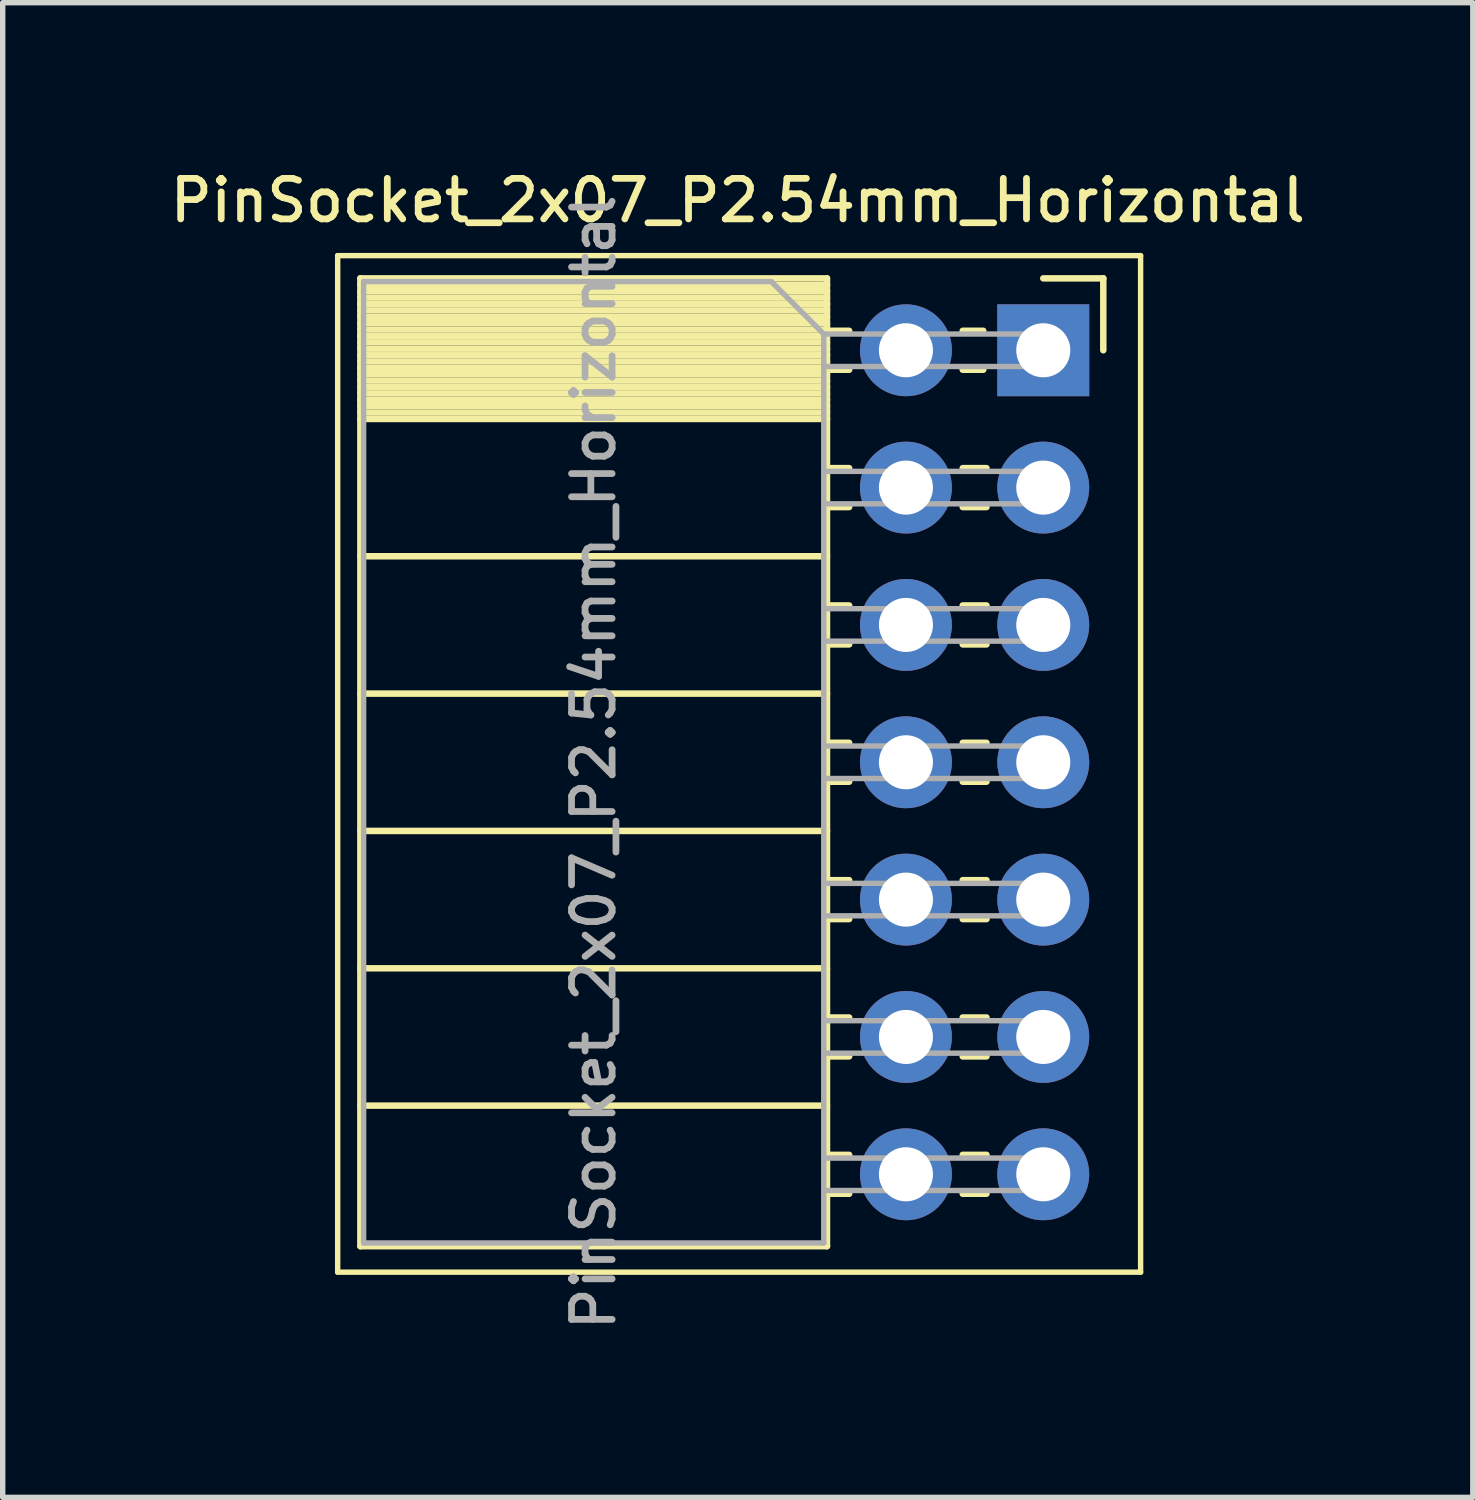
<source format=kicad_pcb>
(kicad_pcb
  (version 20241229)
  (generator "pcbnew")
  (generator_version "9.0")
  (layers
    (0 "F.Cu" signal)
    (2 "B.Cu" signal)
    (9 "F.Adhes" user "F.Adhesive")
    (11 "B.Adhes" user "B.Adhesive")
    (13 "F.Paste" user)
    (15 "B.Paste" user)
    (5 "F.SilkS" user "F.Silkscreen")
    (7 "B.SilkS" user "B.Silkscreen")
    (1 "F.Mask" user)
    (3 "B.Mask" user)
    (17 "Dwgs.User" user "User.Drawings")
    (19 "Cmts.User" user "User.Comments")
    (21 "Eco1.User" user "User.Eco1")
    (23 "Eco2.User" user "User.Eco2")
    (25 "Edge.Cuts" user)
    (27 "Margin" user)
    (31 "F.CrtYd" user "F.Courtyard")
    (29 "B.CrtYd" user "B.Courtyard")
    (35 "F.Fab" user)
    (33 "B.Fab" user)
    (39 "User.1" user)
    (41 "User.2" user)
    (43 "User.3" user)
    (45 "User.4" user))
  (footprint "PinSocket_2x07_P2.54mm_Horizontal"
    (layer "F.Cu")
    (at 16.245 3.428)
    (property "Reference" "PinSocket_2x07_P2.54mm_Horizontal" (at -5.65 -2.77 0) (layer "F.SilkS") (effects (font (size 0.75 0.75) (thickness 0.125))))
    (attr through_hole)
    (fp_line (start -13.05 -1.75) (end -13.05 17.05) (stroke (width 0.1) (type solid)) (layer "F.SilkS"))
    (fp_line (start -13.05 17.05) (end 1.8 17.05) (stroke (width 0.1) (type solid)) (layer "F.SilkS"))
    (fp_line (start -12.63 -1.33) (end -12.63 16.57) (stroke (width 0.12) (type solid)) (layer "F.SilkS"))
    (fp_line (start -12.63 -1.33) (end -4 -1.33) (stroke (width 0.12) (type solid)) (layer "F.SilkS"))
    (fp_line (start -12.63 -1.21) (end -4 -1.21) (stroke (width 0.12) (type solid)) (layer "F.SilkS"))
    (fp_line (start -12.63 -1.092) (end -4 -1.092) (stroke (width 0.12) (type solid)) (layer "F.SilkS"))
    (fp_line (start -12.63 -0.974) (end -4 -0.974) (stroke (width 0.12) (type solid)) (layer "F.SilkS"))
    (fp_line (start -12.63 -0.856) (end -4 -0.856) (stroke (width 0.12) (type solid)) (layer "F.SilkS"))
    (fp_line (start -12.63 -0.738) (end -4 -0.738) (stroke (width 0.12) (type solid)) (layer "F.SilkS"))
    (fp_line (start -12.63 -0.62) (end -4 -0.62) (stroke (width 0.12) (type solid)) (layer "F.SilkS"))
    (fp_line (start -12.63 -0.501) (end -4 -0.501) (stroke (width 0.12) (type solid)) (layer "F.SilkS"))
    (fp_line (start -12.63 -0.383) (end -4 -0.383) (stroke (width 0.12) (type solid)) (layer "F.SilkS"))
    (fp_line (start -12.63 -0.265) (end -4 -0.265) (stroke (width 0.12) (type solid)) (layer "F.SilkS"))
    (fp_line (start -12.63 -0.147) (end -4 -0.147) (stroke (width 0.12) (type solid)) (layer "F.SilkS"))
    (fp_line (start -12.63 -0.029) (end -4 -0.029) (stroke (width 0.12) (type solid)) (layer "F.SilkS"))
    (fp_line (start -12.63 0.089) (end -4 0.089) (stroke (width 0.12) (type solid)) (layer "F.SilkS"))
    (fp_line (start -12.63 0.207) (end -4 0.207) (stroke (width 0.12) (type solid)) (layer "F.SilkS"))
    (fp_line (start -12.63 0.325) (end -4 0.325) (stroke (width 0.12) (type solid)) (layer "F.SilkS"))
    (fp_line (start -12.63 0.443) (end -4 0.443) (stroke (width 0.12) (type solid)) (layer "F.SilkS"))
    (fp_line (start -12.63 0.561) (end -4 0.561) (stroke (width 0.12) (type solid)) (layer "F.SilkS"))
    (fp_line (start -12.63 0.68) (end -4 0.68) (stroke (width 0.12) (type solid)) (layer "F.SilkS"))
    (fp_line (start -12.63 0.798) (end -4 0.798) (stroke (width 0.12) (type solid)) (layer "F.SilkS"))
    (fp_line (start -12.63 0.916) (end -4 0.916) (stroke (width 0.12) (type solid)) (layer "F.SilkS"))
    (fp_line (start -12.63 1.034) (end -4 1.034) (stroke (width 0.12) (type solid)) (layer "F.SilkS"))
    (fp_line (start -12.63 1.152) (end -4 1.152) (stroke (width 0.12) (type solid)) (layer "F.SilkS"))
    (fp_line (start -12.63 1.27) (end -4 1.27) (stroke (width 0.12) (type solid)) (layer "F.SilkS"))
    (fp_line (start -12.63 3.81) (end -4 3.81) (stroke (width 0.12) (type solid)) (layer "F.SilkS"))
    (fp_line (start -12.63 6.35) (end -4 6.35) (stroke (width 0.12) (type solid)) (layer "F.SilkS"))
    (fp_line (start -12.63 8.89) (end -4 8.89) (stroke (width 0.12) (type solid)) (layer "F.SilkS"))
    (fp_line (start -12.63 11.43) (end -4 11.43) (stroke (width 0.12) (type solid)) (layer "F.SilkS"))
    (fp_line (start -12.63 13.97) (end -4 13.97) (stroke (width 0.12) (type solid)) (layer "F.SilkS"))
    (fp_line (start -12.63 16.57) (end -4 16.57) (stroke (width 0.12) (type solid)) (layer "F.SilkS"))
    (fp_line (start -4 -1.33) (end -4 16.57) (stroke (width 0.12) (type solid)) (layer "F.SilkS"))
    (fp_line (start -4 -0.36) (end -3.59 -0.36) (stroke (width 0.12) (type solid)) (layer "F.SilkS"))
    (fp_line (start -4 0.36) (end -3.59 0.36) (stroke (width 0.12) (type solid)) (layer "F.SilkS"))
    (fp_line (start -4 2.18) (end -3.59 2.18) (stroke (width 0.12) (type solid)) (layer "F.SilkS"))
    (fp_line (start -4 2.9) (end -3.59 2.9) (stroke (width 0.12) (type solid)) (layer "F.SilkS"))
    (fp_line (start -4 4.72) (end -3.59 4.72) (stroke (width 0.12) (type solid)) (layer "F.SilkS"))
    (fp_line (start -4 5.44) (end -3.59 5.44) (stroke (width 0.12) (type solid)) (layer "F.SilkS"))
    (fp_line (start -4 7.26) (end -3.59 7.26) (stroke (width 0.12) (type solid)) (layer "F.SilkS"))
    (fp_line (start -4 7.98) (end -3.59 7.98) (stroke (width 0.12) (type solid)) (layer "F.SilkS"))
    (fp_line (start -4 9.8) (end -3.59 9.8) (stroke (width 0.12) (type solid)) (layer "F.SilkS"))
    (fp_line (start -4 10.52) (end -3.59 10.52) (stroke (width 0.12) (type solid)) (layer "F.SilkS"))
    (fp_line (start -4 12.34) (end -3.59 12.34) (stroke (width 0.12) (type solid)) (layer "F.SilkS"))
    (fp_line (start -4 13.06) (end -3.59 13.06) (stroke (width 0.12) (type solid)) (layer "F.SilkS"))
    (fp_line (start -4 14.88) (end -3.59 14.88) (stroke (width 0.12) (type solid)) (layer "F.SilkS"))
    (fp_line (start -4 15.6) (end -3.59 15.6) (stroke (width 0.12) (type solid)) (layer "F.SilkS"))
    (fp_line (start -1.49 -0.36) (end -1.11 -0.36) (stroke (width 0.12) (type solid)) (layer "F.SilkS"))
    (fp_line (start -1.49 0.36) (end -1.11 0.36) (stroke (width 0.12) (type solid)) (layer "F.SilkS"))
    (fp_line (start -1.49 2.18) (end -1.05 2.18) (stroke (width 0.12) (type solid)) (layer "F.SilkS"))
    (fp_line (start -1.49 2.9) (end -1.05 2.9) (stroke (width 0.12) (type solid)) (layer "F.SilkS"))
    (fp_line (start -1.49 4.72) (end -1.05 4.72) (stroke (width 0.12) (type solid)) (layer "F.SilkS"))
    (fp_line (start -1.49 5.44) (end -1.05 5.44) (stroke (width 0.12) (type solid)) (layer "F.SilkS"))
    (fp_line (start -1.49 7.26) (end -1.05 7.26) (stroke (width 0.12) (type solid)) (layer "F.SilkS"))
    (fp_line (start -1.49 7.98) (end -1.05 7.98) (stroke (width 0.12) (type solid)) (layer "F.SilkS"))
    (fp_line (start -1.49 9.8) (end -1.05 9.8) (stroke (width 0.12) (type solid)) (layer "F.SilkS"))
    (fp_line (start -1.49 10.52) (end -1.05 10.52) (stroke (width 0.12) (type solid)) (layer "F.SilkS"))
    (fp_line (start -1.49 12.34) (end -1.05 12.34) (stroke (width 0.12) (type solid)) (layer "F.SilkS"))
    (fp_line (start -1.49 13.06) (end -1.05 13.06) (stroke (width 0.12) (type solid)) (layer "F.SilkS"))
    (fp_line (start -1.49 14.88) (end -1.05 14.88) (stroke (width 0.12) (type solid)) (layer "F.SilkS"))
    (fp_line (start -1.49 15.6) (end -1.05 15.6) (stroke (width 0.12) (type solid)) (layer "F.SilkS"))
    (fp_line (start 0 -1.33) (end 1.11 -1.33) (stroke (width 0.12) (type solid)) (layer "F.SilkS"))
    (fp_line (start 1.11 -1.33) (end 1.11 0) (stroke (width 0.12) (type solid)) (layer "F.SilkS"))
    (fp_line (start 1.8 -1.75) (end -13.05 -1.75) (stroke (width 0.1) (type solid)) (layer "F.SilkS"))
    (fp_line (start 1.8 17.05) (end 1.8 -1.75) (stroke (width 0.1) (type solid)) (layer "F.SilkS"))
    (fp_line (start -12.57 -1.27) (end -5.03 -1.27) (stroke (width 0.1) (type solid)) (layer "F.Fab"))
    (fp_line (start -12.57 16.51) (end -12.57 -1.27) (stroke (width 0.1) (type solid)) (layer "F.Fab"))
    (fp_line (start -5.03 -1.27) (end -4.06 -0.3) (stroke (width 0.1) (type solid)) (layer "F.Fab"))
    (fp_line (start -4.06 -0.3) (end -4.06 16.51) (stroke (width 0.1) (type solid)) (layer "F.Fab"))
    (fp_line (start -4.06 0.3) (end 0 0.3) (stroke (width 0.1) (type solid)) (layer "F.Fab"))
    (fp_line (start -4.06 2.84) (end 0 2.84) (stroke (width 0.1) (type solid)) (layer "F.Fab"))
    (fp_line (start -4.06 5.38) (end 0 5.38) (stroke (width 0.1) (type solid)) (layer "F.Fab"))
    (fp_line (start -4.06 7.92) (end 0 7.92) (stroke (width 0.1) (type solid)) (layer "F.Fab"))
    (fp_line (start -4.06 10.46) (end 0 10.46) (stroke (width 0.1) (type solid)) (layer "F.Fab"))
    (fp_line (start -4.06 13) (end 0 13) (stroke (width 0.1) (type solid)) (layer "F.Fab"))
    (fp_line (start -4.06 15.54) (end 0 15.54) (stroke (width 0.1) (type solid)) (layer "F.Fab"))
    (fp_line (start -4.06 16.51) (end -12.57 16.51) (stroke (width 0.1) (type solid)) (layer "F.Fab"))
    (fp_line (start 0 -0.3) (end -4.06 -0.3) (stroke (width 0.1) (type solid)) (layer "F.Fab"))
    (fp_line (start 0 0.3) (end 0 -0.3) (stroke (width 0.1) (type solid)) (layer "F.Fab"))
    (fp_line (start 0 2.24) (end -4.06 2.24) (stroke (width 0.1) (type solid)) (layer "F.Fab"))
    (fp_line (start 0 2.84) (end 0 2.24) (stroke (width 0.1) (type solid)) (layer "F.Fab"))
    (fp_line (start 0 4.78) (end -4.06 4.78) (stroke (width 0.1) (type solid)) (layer "F.Fab"))
    (fp_line (start 0 5.38) (end 0 4.78) (stroke (width 0.1) (type solid)) (layer "F.Fab"))
    (fp_line (start 0 7.32) (end -4.06 7.32) (stroke (width 0.1) (type solid)) (layer "F.Fab"))
    (fp_line (start 0 7.92) (end 0 7.32) (stroke (width 0.1) (type solid)) (layer "F.Fab"))
    (fp_line (start 0 9.86) (end -4.06 9.86) (stroke (width 0.1) (type solid)) (layer "F.Fab"))
    (fp_line (start 0 10.46) (end 0 9.86) (stroke (width 0.1) (type solid)) (layer "F.Fab"))
    (fp_line (start 0 12.4) (end -4.06 12.4) (stroke (width 0.1) (type solid)) (layer "F.Fab"))
    (fp_line (start 0 13) (end 0 12.4) (stroke (width 0.1) (type solid)) (layer "F.Fab"))
    (fp_line (start 0 14.94) (end -4.06 14.94) (stroke (width 0.1) (type solid)) (layer "F.Fab"))
    (fp_line (start 0 15.54) (end 0 14.94) (stroke (width 0.1) (type solid)) (layer "F.Fab"))
    (fp_text user "${REFERENCE}" (at -8.315 7.62 90) (layer "F.Fab") (effects (font (size 0.75 0.75) (thickness 0.125))))
    (pad "1" thru_hole rect (at 0 0) (size 1.7 1.7) (drill 1) (layers "*.Cu" "*.Mask"))
    (pad "2" thru_hole oval (at -2.54 0) (size 1.7 1.7) (drill 1) (layers "*.Cu" "*.Mask"))
    (pad "3" thru_hole oval (at 0 2.54) (size 1.7 1.7) (drill 1) (layers "*.Cu" "*.Mask"))
    (pad "4" thru_hole oval (at -2.54 2.54) (size 1.7 1.7) (drill 1) (layers "*.Cu" "*.Mask"))
    (pad "5" thru_hole oval (at 0 5.08) (size 1.7 1.7) (drill 1) (layers "*.Cu" "*.Mask"))
    (pad "6" thru_hole oval (at -2.54 5.08) (size 1.7 1.7) (drill 1) (layers "*.Cu" "*.Mask"))
    (pad "7" thru_hole oval (at 0 7.62) (size 1.7 1.7) (drill 1) (layers "*.Cu" "*.Mask"))
    (pad "8" thru_hole oval (at -2.54 7.62) (size 1.7 1.7) (drill 1) (layers "*.Cu" "*.Mask"))
    (pad "9" thru_hole oval (at 0 10.16) (size 1.7 1.7) (drill 1) (layers "*.Cu" "*.Mask"))
    (pad "10" thru_hole oval (at -2.54 10.16) (size 1.7 1.7) (drill 1) (layers "*.Cu" "*.Mask"))
    (pad "11" thru_hole oval (at 0 12.7) (size 1.7 1.7) (drill 1) (layers "*.Cu" "*.Mask"))
    (pad "12" thru_hole oval (at -2.54 12.7) (size 1.7 1.7) (drill 1) (layers "*.Cu" "*.Mask"))
    (pad "13" thru_hole oval (at 0 15.24) (size 1.7 1.7) (drill 1) (layers "*.Cu" "*.Mask"))
    (pad "14" thru_hole oval (at -2.54 15.24) (size 1.7 1.7) (drill 1) (layers "*.Cu" "*.Mask")))
  (gr_rect
    (start -3 -3)
    (end 24.189 24.643)
    (stroke (width 0.1) (type default))
    (fill no)
    (layer "Edge.Cuts")))
</source>
